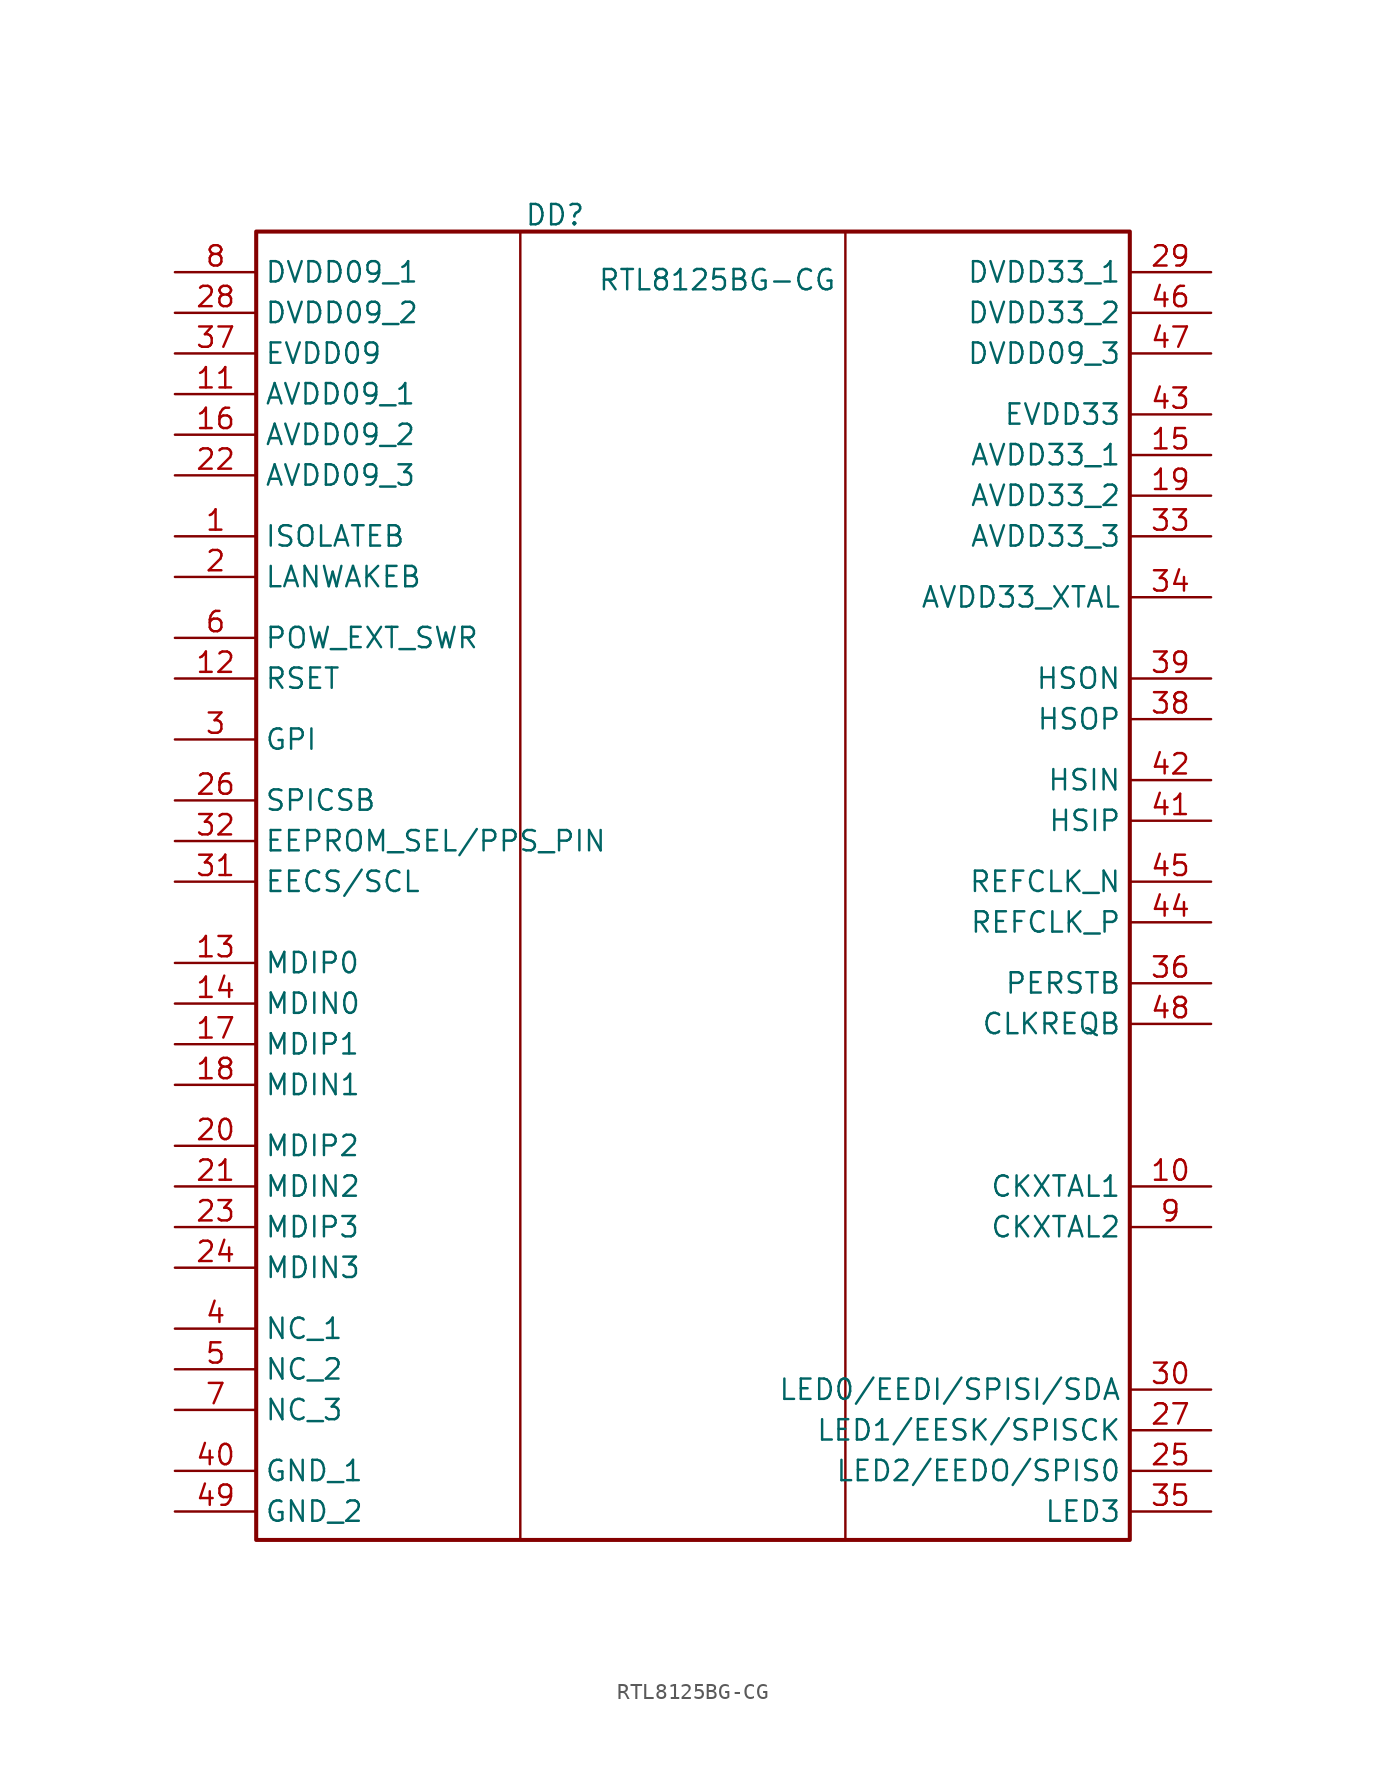
<source format=kicad_sym>
(kicad_symbol_lib
  (version 20241209)
  (generator "kicad_symbol_editor")
  (generator_version "9.0")
  (symbol "RTL8125BG-CG"
    (property "Reference" "DD"
      (at 19.304 17.018 0)
      (effects (font (size 1.27 1.27)) (justify left top)))
    (property "Value" "RTL8125BG-CG"
      (at 23.876 12.954 0)
      (effects (font (size 1.27 1.27)) (justify left top)))
    (symbol "RTL8125BG-CG_0_1"
      (rectangle (start 19.05 15.24) (end 39.37 -66.548) (stroke (width 0) (type default)) (fill (type none))))
    (symbol "RTL8125BG-CG_1_1"
      (rectangle (start 2.54 15.24) (end 57.15 -66.548) (stroke (width 0.254) (type solid)) (fill (type none)))
      (pin passive line (at -2.54 12.7 0) (length 5.08) (name "DVDD09_1" (effects (font (size 1.27 1.27)))) (number "8" (effects (font (size 1.27 1.27)))))
      (pin passive line (at -2.54 10.16 0) (length 5.08) (name "DVDD09_2" (effects (font (size 1.27 1.27)))) (number "28" (effects (font (size 1.27 1.27)))))
      (pin passive line (at -2.54 7.62 0) (length 5.08) (name "EVDD09" (effects (font (size 1.27 1.27)))) (number "37" (effects (font (size 1.27 1.27)))))
      (pin passive line (at -2.54 5.08 0) (length 5.08) (name "AVDD09_1" (effects (font (size 1.27 1.27)))) (number "11" (effects (font (size 1.27 1.27)))))
      (pin passive line (at -2.54 2.54 0) (length 5.08) (name "AVDD09_2" (effects (font (size 1.27 1.27)))) (number "16" (effects (font (size 1.27 1.27)))))
      (pin passive line (at -2.54 0 0) (length 5.08) (name "AVDD09_3" (effects (font (size 1.27 1.27)))) (number "22" (effects (font (size 1.27 1.27)))))
      (pin passive line (at -2.54 -3.81 0) (length 5.08) (name "ISOLATEB" (effects (font (size 1.27 1.27)))) (number "1" (effects (font (size 1.27 1.27)))))
      (pin passive line (at -2.54 -6.35 0) (length 5.08) (name "LANWAKEB" (effects (font (size 1.27 1.27)))) (number "2" (effects (font (size 1.27 1.27)))))
      (pin passive line (at -2.54 -10.16 0) (length 5.08) (name "POW_EXT_SWR" (effects (font (size 1.27 1.27)))) (number "6" (effects (font (size 1.27 1.27)))))
      (pin passive line (at -2.54 -12.7 0) (length 5.08) (name "RSET" (effects (font (size 1.27 1.27)))) (number "12" (effects (font (size 1.27 1.27)))))
      (pin passive line (at -2.54 -16.51 0) (length 5.08) (name "GPI" (effects (font (size 1.27 1.27)))) (number "3" (effects (font (size 1.27 1.27)))))
      (pin passive line (at -2.54 -20.32 0) (length 5.08) (name "SPICSB" (effects (font (size 1.27 1.27)))) (number "26" (effects (font (size 1.27 1.27)))))
      (pin passive line (at -2.54 -22.86 0) (length 5.08) (name "EEPROM_SEL/PPS_PIN" (effects (font (size 1.27 1.27)))) (number "32" (effects (font (size 1.27 1.27)))))
      (pin passive line (at -2.54 -25.4 0) (length 5.08) (name "EECS/SCL" (effects (font (size 1.27 1.27)))) (number "31" (effects (font (size 1.27 1.27)))))
      (pin passive line (at -2.54 -30.48 0) (length 5.08) (name "MDIP0" (effects (font (size 1.27 1.27)))) (number "13" (effects (font (size 1.27 1.27)))))
      (pin passive line (at -2.54 -33.02 0) (length 5.08) (name "MDIN0" (effects (font (size 1.27 1.27)))) (number "14" (effects (font (size 1.27 1.27)))))
      (pin passive line (at -2.54 -35.56 0) (length 5.08) (name "MDIP1" (effects (font (size 1.27 1.27)))) (number "17" (effects (font (size 1.27 1.27)))))
      (pin passive line (at -2.54 -38.1 0) (length 5.08) (name "MDIN1" (effects (font (size 1.27 1.27)))) (number "18" (effects (font (size 1.27 1.27)))))
      (pin passive line (at -2.54 -41.91 0) (length 5.08) (name "MDIP2" (effects (font (size 1.27 1.27)))) (number "20" (effects (font (size 1.27 1.27)))))
      (pin passive line (at -2.54 -44.45 0) (length 5.08) (name "MDIN2" (effects (font (size 1.27 1.27)))) (number "21" (effects (font (size 1.27 1.27)))))
      (pin passive line (at -2.54 -46.99 0) (length 5.08) (name "MDIP3" (effects (font (size 1.27 1.27)))) (number "23" (effects (font (size 1.27 1.27)))))
      (pin passive line (at -2.54 -49.53 0) (length 5.08) (name "MDIN3" (effects (font (size 1.27 1.27)))) (number "24" (effects (font (size 1.27 1.27)))))
      (pin passive line (at -2.54 -53.34 0) (length 5.08) (name "NC_1" (effects (font (size 1.27 1.27)))) (number "4" (effects (font (size 1.27 1.27)))))
      (pin passive line (at -2.54 -55.88 0) (length 5.08) (name "NC_2" (effects (font (size 1.27 1.27)))) (number "5" (effects (font (size 1.27 1.27)))))
      (pin passive line (at -2.54 -58.42 0) (length 5.08) (name "NC_3" (effects (font (size 1.27 1.27)))) (number "7" (effects (font (size 1.27 1.27)))))
      (pin passive line (at -2.54 -62.23 0) (length 5.08) (name "GND_1" (effects (font (size 1.27 1.27)))) (number "40" (effects (font (size 1.27 1.27)))))
      (pin passive line (at -2.54 -64.77 0) (length 5.08) (name "GND_2" (effects (font (size 1.27 1.27)))) (number "49" (effects (font (size 1.27 1.27)))))
      (pin passive line (at 62.23 12.7 180) (length 5.08) (name "DVDD33_1" (effects (font (size 1.27 1.27)))) (number "29" (effects (font (size 1.27 1.27)))))
      (pin passive line (at 62.23 10.16 180) (length 5.08) (name "DVDD33_2" (effects (font (size 1.27 1.27)))) (number "46" (effects (font (size 1.27 1.27)))))
      (pin passive line (at 62.23 7.62 180) (length 5.08) (name "DVDD09_3" (effects (font (size 1.27 1.27)))) (number "47" (effects (font (size 1.27 1.27)))))
      (pin passive line (at 62.23 3.81 180) (length 5.08) (name "EVDD33" (effects (font (size 1.27 1.27)))) (number "43" (effects (font (size 1.27 1.27)))))
      (pin passive line (at 62.23 1.27 180) (length 5.08) (name "AVDD33_1" (effects (font (size 1.27 1.27)))) (number "15" (effects (font (size 1.27 1.27)))))
      (pin passive line (at 62.23 -1.27 180) (length 5.08) (name "AVDD33_2" (effects (font (size 1.27 1.27)))) (number "19" (effects (font (size 1.27 1.27)))))
      (pin passive line (at 62.23 -3.81 180) (length 5.08) (name "AVDD33_3" (effects (font (size 1.27 1.27)))) (number "33" (effects (font (size 1.27 1.27)))))
      (pin passive line (at 62.23 -7.62 180) (length 5.08) (name "AVDD33_XTAL" (effects (font (size 1.27 1.27)))) (number "34" (effects (font (size 1.27 1.27)))))
      (pin passive line (at 62.23 -12.7 180) (length 5.08) (name "HSON" (effects (font (size 1.27 1.27)))) (number "39" (effects (font (size 1.27 1.27)))))
      (pin passive line (at 62.23 -15.24 180) (length 5.08) (name "HSOP" (effects (font (size 1.27 1.27)))) (number "38" (effects (font (size 1.27 1.27)))))
      (pin passive line (at 62.23 -19.05 180) (length 5.08) (name "HSIN" (effects (font (size 1.27 1.27)))) (number "42" (effects (font (size 1.27 1.27)))))
      (pin passive line (at 62.23 -21.59 180) (length 5.08) (name "HSIP" (effects (font (size 1.27 1.27)))) (number "41" (effects (font (size 1.27 1.27)))))
      (pin passive line (at 62.23 -25.4 180) (length 5.08) (name "REFCLK_N" (effects (font (size 1.27 1.27)))) (number "45" (effects (font (size 1.27 1.27)))))
      (pin passive line (at 62.23 -27.94 180) (length 5.08) (name "REFCLK_P" (effects (font (size 1.27 1.27)))) (number "44" (effects (font (size 1.27 1.27)))))
      (pin passive line (at 62.23 -31.75 180) (length 5.08) (name "PERSTB" (effects (font (size 1.27 1.27)))) (number "36" (effects (font (size 1.27 1.27)))))
      (pin passive line (at 62.23 -34.29 180) (length 5.08) (name "CLKREQB" (effects (font (size 1.27 1.27)))) (number "48" (effects (font (size 1.27 1.27)))))
      (pin passive line (at 62.23 -44.45 180) (length 5.08) (name "CKXTAL1" (effects (font (size 1.27 1.27)))) (number "10" (effects (font (size 1.27 1.27)))))
      (pin passive line (at 62.23 -46.99 180) (length 5.08) (name "CKXTAL2" (effects (font (size 1.27 1.27)))) (number "9" (effects (font (size 1.27 1.27)))))
      (pin passive line (at 62.23 -57.15 180) (length 5.08) (name "LED0/EEDI/SPISI/SDA" (effects (font (size 1.27 1.27)))) (number "30" (effects (font (size 1.27 1.27)))))
      (pin passive line (at 62.23 -59.69 180) (length 5.08) (name "LED1/EESK/SPISCK" (effects (font (size 1.27 1.27)))) (number "27" (effects (font (size 1.27 1.27)))))
      (pin passive line (at 62.23 -62.23 180) (length 5.08) (name "LED2/EEDO/SPIS0" (effects (font (size 1.27 1.27)))) (number "25" (effects (font (size 1.27 1.27)))))
      (pin passive line (at 62.23 -64.77 180) (length 5.08) (name "LED3" (effects (font (size 1.27 1.27)))) (number "35" (effects (font (size 1.27 1.27))))))))
</source>
